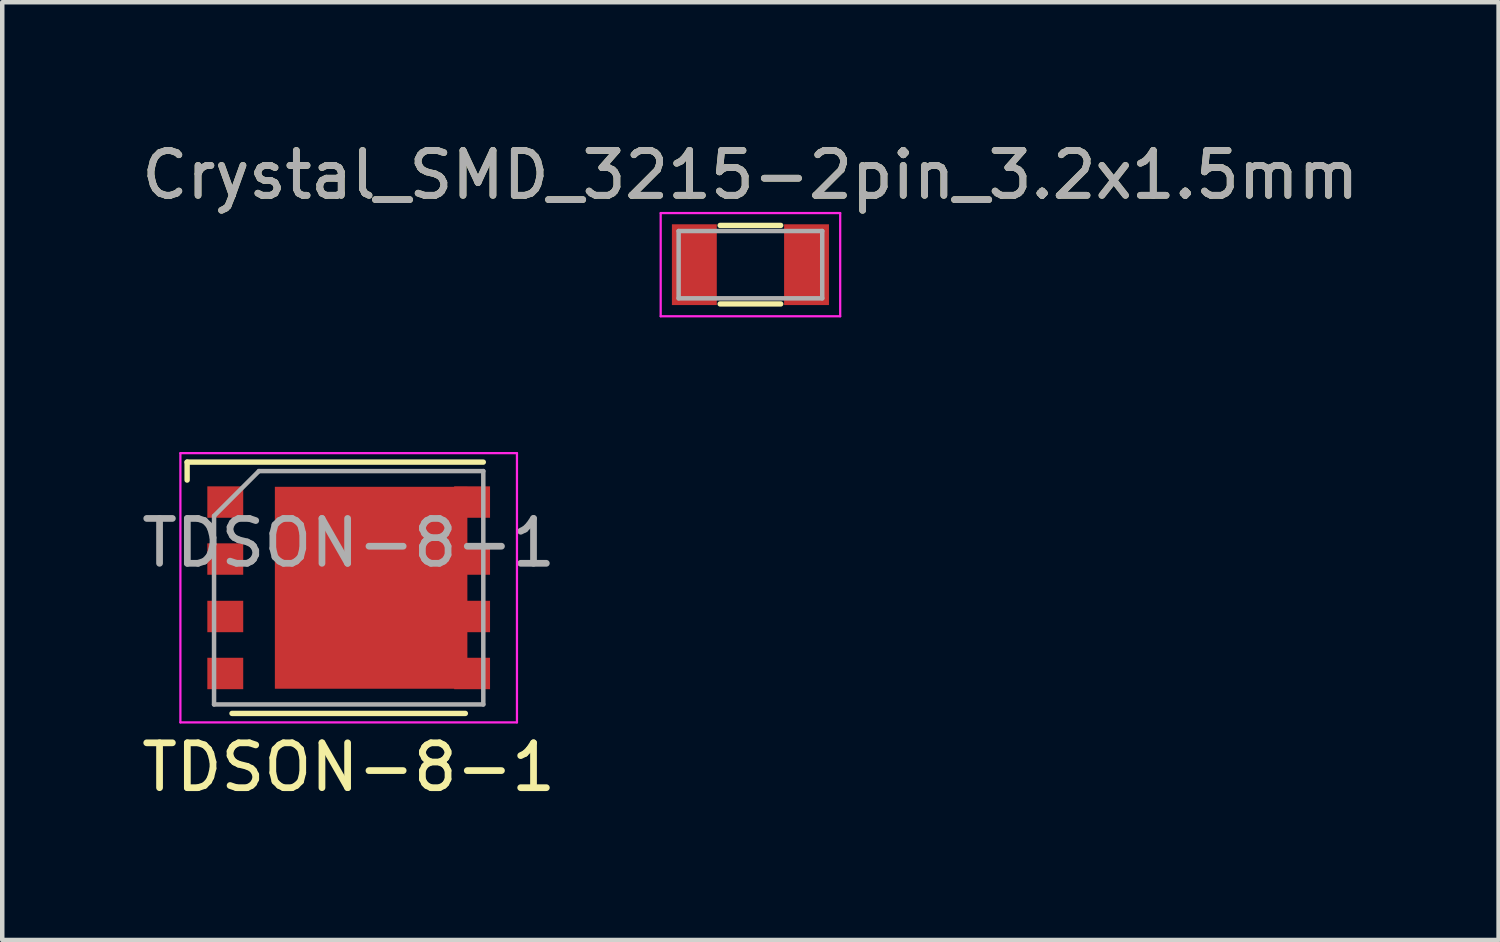
<source format=kicad_pcb>
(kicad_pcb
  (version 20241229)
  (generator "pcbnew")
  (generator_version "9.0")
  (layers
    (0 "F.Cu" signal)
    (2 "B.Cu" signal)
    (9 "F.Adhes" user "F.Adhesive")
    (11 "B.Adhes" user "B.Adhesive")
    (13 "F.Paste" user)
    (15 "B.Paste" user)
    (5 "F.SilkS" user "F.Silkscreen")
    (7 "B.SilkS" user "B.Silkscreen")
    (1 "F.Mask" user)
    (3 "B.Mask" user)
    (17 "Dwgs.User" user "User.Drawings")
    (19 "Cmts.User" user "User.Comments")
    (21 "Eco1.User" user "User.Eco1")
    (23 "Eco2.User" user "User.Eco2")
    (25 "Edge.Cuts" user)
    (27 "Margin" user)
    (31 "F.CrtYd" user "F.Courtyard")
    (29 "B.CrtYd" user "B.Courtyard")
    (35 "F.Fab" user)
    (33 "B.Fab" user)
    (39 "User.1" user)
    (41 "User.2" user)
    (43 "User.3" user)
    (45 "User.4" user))
  (footprint "Crystal_SMD_3215-2pin_3.2x1.5mm"
    (layer "F.Cu")
    (at 13.673 2.848)
    (property "Reference" "Crystal_SMD_3215-2pin_3.2x1.5mm" (at 0 -2 0) (layer "F.SilkS") (effects (font (size 1 1) (thickness 0.15))))
    (attr smd)
    (fp_line (start -0.675 -0.875) (end 0.675 -0.875) (stroke (width 0.12) (type solid)) (layer "F.SilkS"))
    (fp_line (start -0.675 0.875) (end 0.675 0.875) (stroke (width 0.12) (type solid)) (layer "F.SilkS"))
    (fp_line (start -2 -1.15) (end -2 1.15) (stroke (width 0.05) (type solid)) (layer "F.CrtYd"))
    (fp_line (start -2 -1.15) (end 2 -1.15) (stroke (width 0.05) (type solid)) (layer "F.CrtYd"))
    (fp_line (start -2 1.15) (end 2 1.15) (stroke (width 0.05) (type solid)) (layer "F.CrtYd"))
    (fp_line (start 2 -1.15) (end 2 1.15) (stroke (width 0.05) (type solid)) (layer "F.CrtYd"))
    (fp_line (start -1.6 -0.75) (end -1.6 0.75) (stroke (width 0.1) (type solid)) (layer "F.Fab"))
    (fp_line (start -1.6 -0.75) (end 1.6 -0.75) (stroke (width 0.1) (type solid)) (layer "F.Fab"))
    (fp_line (start -1.6 0.75) (end 1.6 0.75) (stroke (width 0.1) (type solid)) (layer "F.Fab"))
    (fp_line (start 1.6 -0.75) (end 1.6 0.75) (stroke (width 0.1) (type solid)) (layer "F.Fab"))
    (fp_text user "${REFERENCE}" (at 0 -2 0) (layer "F.Fab") (effects (font (size 1 1) (thickness 0.15))))
    (pad "1" smd rect (at 1.25 0) (size 1 1.8) (layers "F.Cu" "F.Mask" "F.Paste"))
    (pad "2" smd rect (at -1.25 0) (size 1 1.8) (layers "F.Cu" "F.Mask" "F.Paste")))
  (footprint "TDSON-8-1"
    (layer "F.Cu")
    (at 4.72 10.048)
    (property "Reference" "TDSON-8-1" (at 0 4 0) (layer "F.SilkS") (effects (font (size 1 1) (thickness 0.15))))
    (attr smd)
    (fp_line (start -3.6 -2.8) (end -3.6 -2.4) (stroke (width 0.12) (type solid)) (layer "F.SilkS"))
    (fp_line (start 2.6 2.8) (end -2.6 2.8) (stroke (width 0.12) (type solid)) (layer "F.SilkS"))
    (fp_line (start 3 -2.8) (end -3.6 -2.8) (stroke (width 0.12) (type solid)) (layer "F.SilkS"))
    (fp_line (start -3.75 -3) (end -3.75 3) (stroke (width 0.05) (type solid)) (layer "F.CrtYd"))
    (fp_line (start -3.75 3) (end 3.75 3) (stroke (width 0.05) (type solid)) (layer "F.CrtYd"))
    (fp_line (start 3.75 -3) (end -3.75 -3) (stroke (width 0.05) (type solid)) (layer "F.CrtYd"))
    (fp_line (start 3.75 3) (end 3.75 -3) (stroke (width 0.05) (type solid)) (layer "F.CrtYd"))
    (fp_line (start -3 2.6) (end -3 -1.6) (stroke (width 0.1) (type solid)) (layer "F.Fab"))
    (fp_line (start -2 -2.6) (end -3 -1.6) (stroke (width 0.1) (type solid)) (layer "F.Fab"))
    (fp_line (start -2 -2.6) (end 3 -2.6) (stroke (width 0.1) (type solid)) (layer "F.Fab"))
    (fp_line (start 3 -2.6) (end 3 2.6) (stroke (width 0.1) (type solid)) (layer "F.Fab"))
    (fp_line (start 3 2.6) (end -3 2.6) (stroke (width 0.1) (type solid)) (layer "F.Fab"))
    (fp_text user "${REFERENCE}" (at 0 -1 0) (layer "F.Fab") (effects (font (size 1 1) (thickness 0.15))))
    (pad "1" smd rect (at -2.75 -1.91 270) (size 0.7 0.8) (layers "F.Cu" "F.Mask" "F.Paste"))
    (pad "1" smd rect (at -2.75 -0.64 270) (size 0.7 0.8) (layers "F.Cu" "F.Mask" "F.Paste"))
    (pad "1" smd rect (at -2.75 0.64 270) (size 0.7 0.8) (layers "F.Cu" "F.Mask" "F.Paste"))
    (pad "2" smd rect (at -2.75 1.91 270) (size 0.7 0.8) (layers "F.Cu" "F.Mask" "F.Paste"))
    (pad "3" smd rect (at 0.5 0 270) (size 4.5 4.29) (layers "F.Cu" "F.Mask" "F.Paste"))
    (pad "3" smd rect (at 2.75 -1.91 270) (size 0.7 0.8) (layers "F.Cu" "F.Mask" "F.Paste"))
    (pad "3" smd rect (at 2.75 -0.64 270) (size 0.7 0.8) (layers "F.Cu" "F.Mask" "F.Paste"))
    (pad "3" smd rect (at 2.75 0.64 270) (size 0.7 0.8) (layers "F.Cu" "F.Mask" "F.Paste"))
    (pad "3" smd rect (at 2.75 1.91 270) (size 0.7 0.8) (layers "F.Cu" "F.Mask" "F.Paste")))
  (gr_rect
    (start -3 -3)
    (end 30.345 17.896)
    (stroke (width 0.1) (type default))
    (fill no)
    (layer "Edge.Cuts")))
</source>
